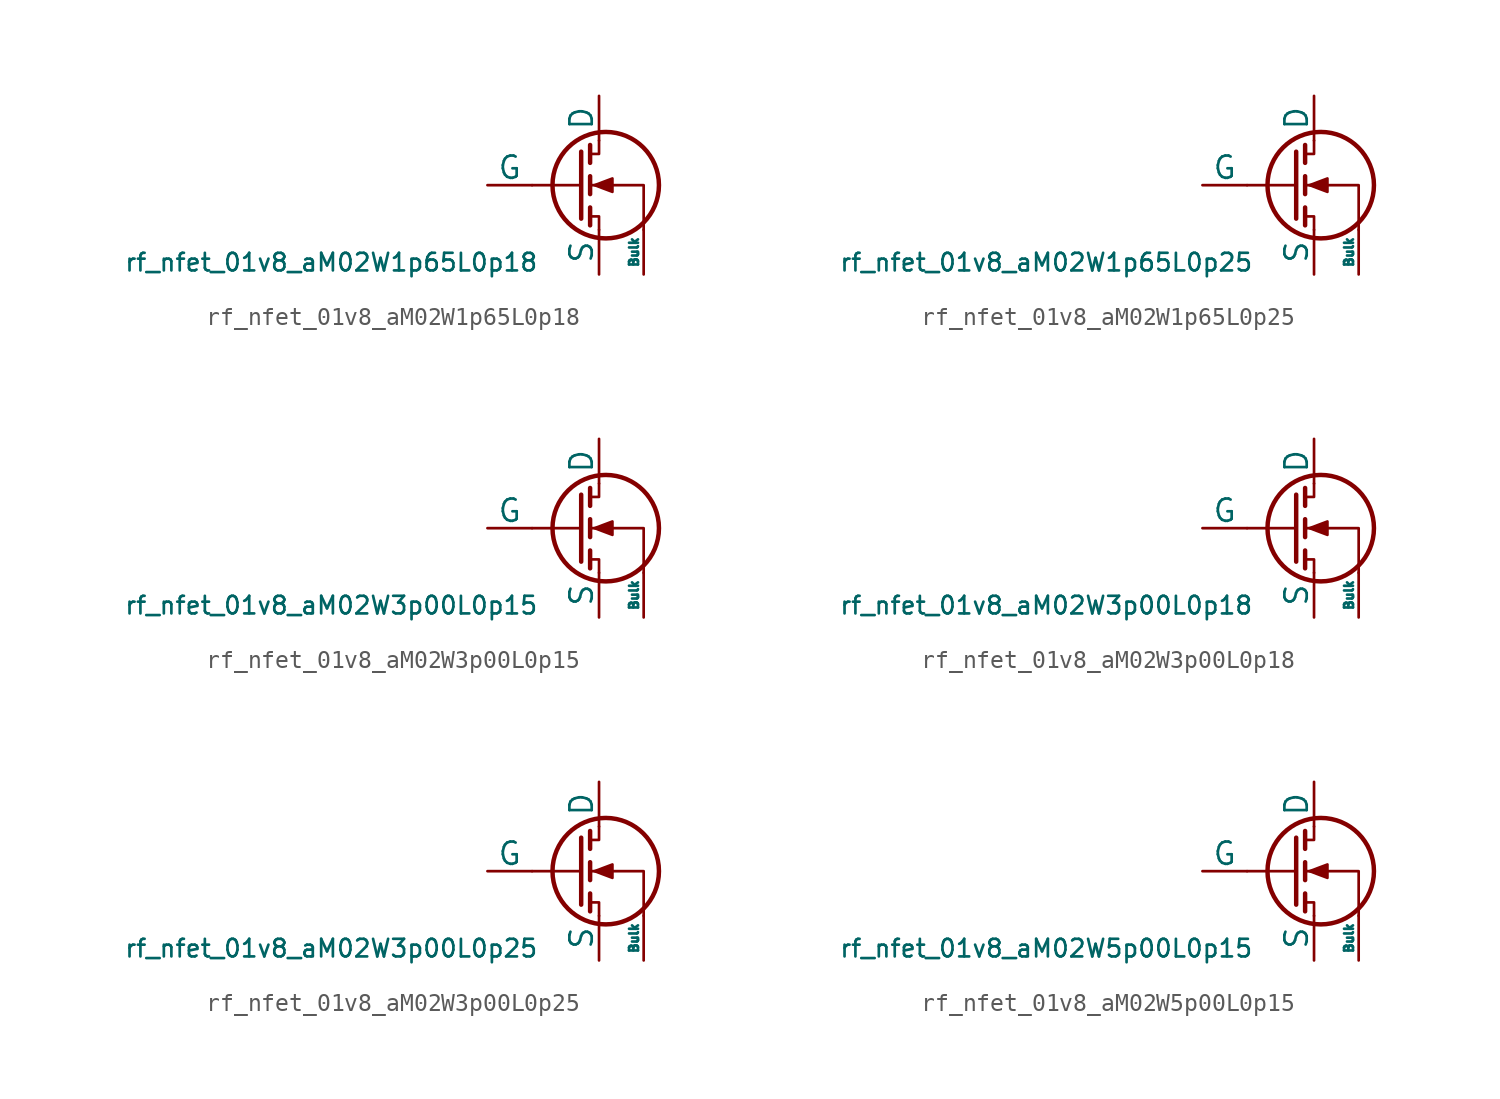
<source format=kicad_sym>
(kicad_symbol_lib
  (version 20211014)
  (generator pdk2kicad)
  (symbol "rf_nfet_01v8_aM02W1p65L0p18"
    (pin_numbers hide)
    (pin_names
      (offset 0))
    (property "Reference" "Q"
      (at 0 0 0)
      (effects (font (size 1 1)) hide))
    (property "Value" "rf_nfet_01v8_aM02W1p65L0p18"
      (at -12.7 -3.81 0)
      (effects (font (size 1 1)) (justify top)))
    (polyline
      (pts (xy 1.524 0) (xy -1.27 0))
      (stroke (width 0) (type default))
      (fill (type none)))
    (polyline
      (pts (xy 1.524 1.905) (xy 1.524 -1.905))
      (stroke (width 0.254) (type default))
      (fill (type none)))
    (polyline
      (pts (xy 2.032 -1.27) (xy 2.032 -2.286))
      (stroke (width 0.254) (type default))
      (fill (type none)))
    (polyline
      (pts (xy 2.032 0.508) (xy 2.032 -0.508))
      (stroke (width 0.254) (type default))
      (fill (type none)))
    (polyline
      (pts (xy 2.032 2.286) (xy 2.032 1.27))
      (stroke (width 0.254) (type default))
      (fill (type none)))
    (polyline
      (pts (xy 2.032 1.778) (xy 2.54 1.778) (xy 2.54 2.54))
      (stroke (width 0) (type default))
      (fill (type none)))
    (polyline
      (pts (xy 2.54 -2.54) (xy 2.54 -1.778) (xy 2.032 -1.778))
      (stroke (width 0) (type default))
      (fill (type none)))
    (polyline
      (pts (xy 5.08 -2.54) (xy 5.08 0) (xy 2.032 0))
      (stroke (width 0) (type default))
      (fill (type none)))
    (polyline
      (pts (xy 2.286 0) (xy 3.302 0.381) (xy 3.302 -0.381) (xy 2.286 0))
      (stroke (width 0) (type default))
      (fill (type outline)))
    (circle
      (center 2.921 0)
      (radius 3.029)
      (stroke (width 0.254) (type default))
      (fill (type none)))
    (pin passive line
      (at 2.54 5.08 270)
      (length 2.54)
      (name "D" (effects (font (size 1.27 1.27))))
      (number "1" (effects (font (size 1.27 1.27)))))
    (pin input line
      (at -3.81 0 0)
      (length 2.54)
      (name "G" (effects (font (size 1.27 1.27))))
      (number "2" (effects (font (size 1.27 1.27)))))
    (pin passive line
      (at 2.54 -5.08 90)
      (length 2.54)
      (name "S" (effects (font (size 1.27 1.27))))
      (number "3" (effects (font (size 1.27 1.27)))))
    (pin input line
      (at 5.08 -5.08 90)
      (length 2.54)
      (name "Bulk" (effects (font (size 0.508 0.508))))
      (number "4" (effects (font (size 1.27 1.27))))))
  (symbol "rf_nfet_01v8_aM02W1p65L0p25"
    (pin_numbers hide)
    (pin_names
      (offset 0))
    (property "Reference" "Q"
      (at 0 0 0)
      (effects (font (size 1 1)) hide))
    (property "Value" "rf_nfet_01v8_aM02W1p65L0p25"
      (at -12.7 -3.81 0)
      (effects (font (size 1 1)) (justify top)))
    (polyline
      (pts (xy 1.524 0) (xy -1.27 0))
      (stroke (width 0) (type default))
      (fill (type none)))
    (polyline
      (pts (xy 1.524 1.905) (xy 1.524 -1.905))
      (stroke (width 0.254) (type default))
      (fill (type none)))
    (polyline
      (pts (xy 2.032 -1.27) (xy 2.032 -2.286))
      (stroke (width 0.254) (type default))
      (fill (type none)))
    (polyline
      (pts (xy 2.032 0.508) (xy 2.032 -0.508))
      (stroke (width 0.254) (type default))
      (fill (type none)))
    (polyline
      (pts (xy 2.032 2.286) (xy 2.032 1.27))
      (stroke (width 0.254) (type default))
      (fill (type none)))
    (polyline
      (pts (xy 2.032 1.778) (xy 2.54 1.778) (xy 2.54 2.54))
      (stroke (width 0) (type default))
      (fill (type none)))
    (polyline
      (pts (xy 2.54 -2.54) (xy 2.54 -1.778) (xy 2.032 -1.778))
      (stroke (width 0) (type default))
      (fill (type none)))
    (polyline
      (pts (xy 5.08 -2.54) (xy 5.08 0) (xy 2.032 0))
      (stroke (width 0) (type default))
      (fill (type none)))
    (polyline
      (pts (xy 2.286 0) (xy 3.302 0.381) (xy 3.302 -0.381) (xy 2.286 0))
      (stroke (width 0) (type default))
      (fill (type outline)))
    (circle
      (center 2.921 0)
      (radius 3.029)
      (stroke (width 0.254) (type default))
      (fill (type none)))
    (pin passive line
      (at 2.54 5.08 270)
      (length 2.54)
      (name "D" (effects (font (size 1.27 1.27))))
      (number "1" (effects (font (size 1.27 1.27)))))
    (pin input line
      (at -3.81 0 0)
      (length 2.54)
      (name "G" (effects (font (size 1.27 1.27))))
      (number "2" (effects (font (size 1.27 1.27)))))
    (pin passive line
      (at 2.54 -5.08 90)
      (length 2.54)
      (name "S" (effects (font (size 1.27 1.27))))
      (number "3" (effects (font (size 1.27 1.27)))))
    (pin input line
      (at 5.08 -5.08 90)
      (length 2.54)
      (name "Bulk" (effects (font (size 0.508 0.508))))
      (number "4" (effects (font (size 1.27 1.27))))))
  (symbol "rf_nfet_01v8_aM02W3p00L0p15"
    (pin_numbers hide)
    (pin_names
      (offset 0))
    (property "Reference" "Q"
      (at 0 0 0)
      (effects (font (size 1 1)) hide))
    (property "Value" "rf_nfet_01v8_aM02W3p00L0p15"
      (at -12.7 -3.81 0)
      (effects (font (size 1 1)) (justify top)))
    (polyline
      (pts (xy 1.524 0) (xy -1.27 0))
      (stroke (width 0) (type default))
      (fill (type none)))
    (polyline
      (pts (xy 1.524 1.905) (xy 1.524 -1.905))
      (stroke (width 0.254) (type default))
      (fill (type none)))
    (polyline
      (pts (xy 2.032 -1.27) (xy 2.032 -2.286))
      (stroke (width 0.254) (type default))
      (fill (type none)))
    (polyline
      (pts (xy 2.032 0.508) (xy 2.032 -0.508))
      (stroke (width 0.254) (type default))
      (fill (type none)))
    (polyline
      (pts (xy 2.032 2.286) (xy 2.032 1.27))
      (stroke (width 0.254) (type default))
      (fill (type none)))
    (polyline
      (pts (xy 2.032 1.778) (xy 2.54 1.778) (xy 2.54 2.54))
      (stroke (width 0) (type default))
      (fill (type none)))
    (polyline
      (pts (xy 2.54 -2.54) (xy 2.54 -1.778) (xy 2.032 -1.778))
      (stroke (width 0) (type default))
      (fill (type none)))
    (polyline
      (pts (xy 5.08 -2.54) (xy 5.08 0) (xy 2.032 0))
      (stroke (width 0) (type default))
      (fill (type none)))
    (polyline
      (pts (xy 2.286 0) (xy 3.302 0.381) (xy 3.302 -0.381) (xy 2.286 0))
      (stroke (width 0) (type default))
      (fill (type outline)))
    (circle
      (center 2.921 0)
      (radius 3.029)
      (stroke (width 0.254) (type default))
      (fill (type none)))
    (pin passive line
      (at 2.54 5.08 270)
      (length 2.54)
      (name "D" (effects (font (size 1.27 1.27))))
      (number "1" (effects (font (size 1.27 1.27)))))
    (pin input line
      (at -3.81 0 0)
      (length 2.54)
      (name "G" (effects (font (size 1.27 1.27))))
      (number "2" (effects (font (size 1.27 1.27)))))
    (pin passive line
      (at 2.54 -5.08 90)
      (length 2.54)
      (name "S" (effects (font (size 1.27 1.27))))
      (number "3" (effects (font (size 1.27 1.27)))))
    (pin input line
      (at 5.08 -5.08 90)
      (length 2.54)
      (name "Bulk" (effects (font (size 0.508 0.508))))
      (number "4" (effects (font (size 1.27 1.27))))))
  (symbol "rf_nfet_01v8_aM02W3p00L0p18"
    (pin_numbers hide)
    (pin_names
      (offset 0))
    (property "Reference" "Q"
      (at 0 0 0)
      (effects (font (size 1 1)) hide))
    (property "Value" "rf_nfet_01v8_aM02W3p00L0p18"
      (at -12.7 -3.81 0)
      (effects (font (size 1 1)) (justify top)))
    (polyline
      (pts (xy 1.524 0) (xy -1.27 0))
      (stroke (width 0) (type default))
      (fill (type none)))
    (polyline
      (pts (xy 1.524 1.905) (xy 1.524 -1.905))
      (stroke (width 0.254) (type default))
      (fill (type none)))
    (polyline
      (pts (xy 2.032 -1.27) (xy 2.032 -2.286))
      (stroke (width 0.254) (type default))
      (fill (type none)))
    (polyline
      (pts (xy 2.032 0.508) (xy 2.032 -0.508))
      (stroke (width 0.254) (type default))
      (fill (type none)))
    (polyline
      (pts (xy 2.032 2.286) (xy 2.032 1.27))
      (stroke (width 0.254) (type default))
      (fill (type none)))
    (polyline
      (pts (xy 2.032 1.778) (xy 2.54 1.778) (xy 2.54 2.54))
      (stroke (width 0) (type default))
      (fill (type none)))
    (polyline
      (pts (xy 2.54 -2.54) (xy 2.54 -1.778) (xy 2.032 -1.778))
      (stroke (width 0) (type default))
      (fill (type none)))
    (polyline
      (pts (xy 5.08 -2.54) (xy 5.08 0) (xy 2.032 0))
      (stroke (width 0) (type default))
      (fill (type none)))
    (polyline
      (pts (xy 2.286 0) (xy 3.302 0.381) (xy 3.302 -0.381) (xy 2.286 0))
      (stroke (width 0) (type default))
      (fill (type outline)))
    (circle
      (center 2.921 0)
      (radius 3.029)
      (stroke (width 0.254) (type default))
      (fill (type none)))
    (pin passive line
      (at 2.54 5.08 270)
      (length 2.54)
      (name "D" (effects (font (size 1.27 1.27))))
      (number "1" (effects (font (size 1.27 1.27)))))
    (pin input line
      (at -3.81 0 0)
      (length 2.54)
      (name "G" (effects (font (size 1.27 1.27))))
      (number "2" (effects (font (size 1.27 1.27)))))
    (pin passive line
      (at 2.54 -5.08 90)
      (length 2.54)
      (name "S" (effects (font (size 1.27 1.27))))
      (number "3" (effects (font (size 1.27 1.27)))))
    (pin input line
      (at 5.08 -5.08 90)
      (length 2.54)
      (name "Bulk" (effects (font (size 0.508 0.508))))
      (number "4" (effects (font (size 1.27 1.27))))))
  (symbol "rf_nfet_01v8_aM02W3p00L0p25"
    (pin_numbers hide)
    (pin_names
      (offset 0))
    (property "Reference" "Q"
      (at 0 0 0)
      (effects (font (size 1 1)) hide))
    (property "Value" "rf_nfet_01v8_aM02W3p00L0p25"
      (at -12.7 -3.81 0)
      (effects (font (size 1 1)) (justify top)))
    (polyline
      (pts (xy 1.524 0) (xy -1.27 0))
      (stroke (width 0) (type default))
      (fill (type none)))
    (polyline
      (pts (xy 1.524 1.905) (xy 1.524 -1.905))
      (stroke (width 0.254) (type default))
      (fill (type none)))
    (polyline
      (pts (xy 2.032 -1.27) (xy 2.032 -2.286))
      (stroke (width 0.254) (type default))
      (fill (type none)))
    (polyline
      (pts (xy 2.032 0.508) (xy 2.032 -0.508))
      (stroke (width 0.254) (type default))
      (fill (type none)))
    (polyline
      (pts (xy 2.032 2.286) (xy 2.032 1.27))
      (stroke (width 0.254) (type default))
      (fill (type none)))
    (polyline
      (pts (xy 2.032 1.778) (xy 2.54 1.778) (xy 2.54 2.54))
      (stroke (width 0) (type default))
      (fill (type none)))
    (polyline
      (pts (xy 2.54 -2.54) (xy 2.54 -1.778) (xy 2.032 -1.778))
      (stroke (width 0) (type default))
      (fill (type none)))
    (polyline
      (pts (xy 5.08 -2.54) (xy 5.08 0) (xy 2.032 0))
      (stroke (width 0) (type default))
      (fill (type none)))
    (polyline
      (pts (xy 2.286 0) (xy 3.302 0.381) (xy 3.302 -0.381) (xy 2.286 0))
      (stroke (width 0) (type default))
      (fill (type outline)))
    (circle
      (center 2.921 0)
      (radius 3.029)
      (stroke (width 0.254) (type default))
      (fill (type none)))
    (pin passive line
      (at 2.54 5.08 270)
      (length 2.54)
      (name "D" (effects (font (size 1.27 1.27))))
      (number "1" (effects (font (size 1.27 1.27)))))
    (pin input line
      (at -3.81 0 0)
      (length 2.54)
      (name "G" (effects (font (size 1.27 1.27))))
      (number "2" (effects (font (size 1.27 1.27)))))
    (pin passive line
      (at 2.54 -5.08 90)
      (length 2.54)
      (name "S" (effects (font (size 1.27 1.27))))
      (number "3" (effects (font (size 1.27 1.27)))))
    (pin input line
      (at 5.08 -5.08 90)
      (length 2.54)
      (name "Bulk" (effects (font (size 0.508 0.508))))
      (number "4" (effects (font (size 1.27 1.27))))))
  (symbol "rf_nfet_01v8_aM02W5p00L0p15"
    (pin_numbers hide)
    (pin_names
      (offset 0))
    (property "Reference" "Q"
      (at 0 0 0)
      (effects (font (size 1 1)) hide))
    (property "Value" "rf_nfet_01v8_aM02W5p00L0p15"
      (at -12.7 -3.81 0)
      (effects (font (size 1 1)) (justify top)))
    (polyline
      (pts (xy 1.524 0) (xy -1.27 0))
      (stroke (width 0) (type default))
      (fill (type none)))
    (polyline
      (pts (xy 1.524 1.905) (xy 1.524 -1.905))
      (stroke (width 0.254) (type default))
      (fill (type none)))
    (polyline
      (pts (xy 2.032 -1.27) (xy 2.032 -2.286))
      (stroke (width 0.254) (type default))
      (fill (type none)))
    (polyline
      (pts (xy 2.032 0.508) (xy 2.032 -0.508))
      (stroke (width 0.254) (type default))
      (fill (type none)))
    (polyline
      (pts (xy 2.032 2.286) (xy 2.032 1.27))
      (stroke (width 0.254) (type default))
      (fill (type none)))
    (polyline
      (pts (xy 2.032 1.778) (xy 2.54 1.778) (xy 2.54 2.54))
      (stroke (width 0) (type default))
      (fill (type none)))
    (polyline
      (pts (xy 2.54 -2.54) (xy 2.54 -1.778) (xy 2.032 -1.778))
      (stroke (width 0) (type default))
      (fill (type none)))
    (polyline
      (pts (xy 5.08 -2.54) (xy 5.08 0) (xy 2.032 0))
      (stroke (width 0) (type default))
      (fill (type none)))
    (polyline
      (pts (xy 2.286 0) (xy 3.302 0.381) (xy 3.302 -0.381) (xy 2.286 0))
      (stroke (width 0) (type default))
      (fill (type outline)))
    (circle
      (center 2.921 0)
      (radius 3.029)
      (stroke (width 0.254) (type default))
      (fill (type none)))
    (pin passive line
      (at 2.54 5.08 270)
      (length 2.54)
      (name "D" (effects (font (size 1.27 1.27))))
      (number "1" (effects (font (size 1.27 1.27)))))
    (pin input line
      (at -3.81 0 0)
      (length 2.54)
      (name "G" (effects (font (size 1.27 1.27))))
      (number "2" (effects (font (size 1.27 1.27)))))
    (pin passive line
      (at 2.54 -5.08 90)
      (length 2.54)
      (name "S" (effects (font (size 1.27 1.27))))
      (number "3" (effects (font (size 1.27 1.27)))))
    (pin input line
      (at 5.08 -5.08 90)
      (length 2.54)
      (name "Bulk" (effects (font (size 0.508 0.508))))
      (number "4" (effects (font (size 1.27 1.27)))))))
</source>
